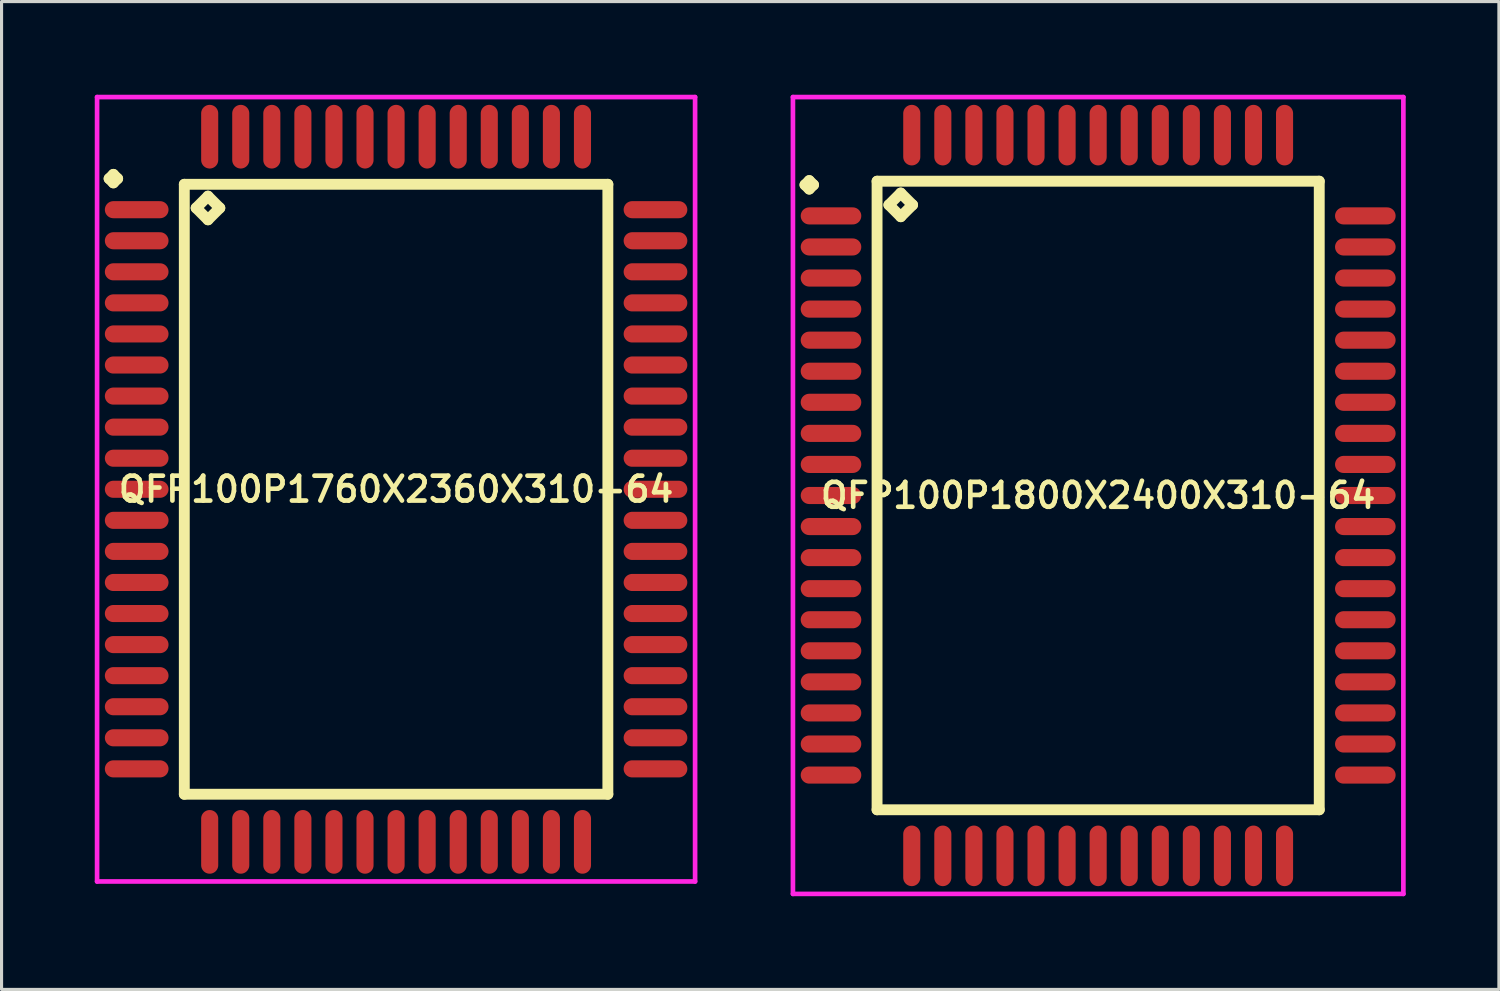
<source format=kicad_pcb>
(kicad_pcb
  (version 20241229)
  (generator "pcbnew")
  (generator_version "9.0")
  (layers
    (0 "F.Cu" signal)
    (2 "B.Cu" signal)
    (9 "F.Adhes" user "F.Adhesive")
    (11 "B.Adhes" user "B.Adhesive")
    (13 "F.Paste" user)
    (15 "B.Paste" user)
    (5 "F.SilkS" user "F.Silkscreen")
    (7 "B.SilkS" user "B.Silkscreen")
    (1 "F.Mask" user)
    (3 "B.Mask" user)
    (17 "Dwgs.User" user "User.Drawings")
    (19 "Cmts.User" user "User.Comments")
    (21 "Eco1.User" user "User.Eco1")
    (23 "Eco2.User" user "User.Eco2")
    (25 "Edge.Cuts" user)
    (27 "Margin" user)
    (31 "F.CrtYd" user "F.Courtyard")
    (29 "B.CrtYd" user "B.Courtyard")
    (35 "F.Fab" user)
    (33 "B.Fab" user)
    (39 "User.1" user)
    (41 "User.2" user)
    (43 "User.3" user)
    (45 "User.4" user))
  (footprint "QFP100P1800X2400X310-64"
    (layer "F.Cu")
    (at 32.3 12.9)
    (property "Reference" "QFP100P1800X2400X310-64" (at 0 0 0) (layer "F.SilkS") (effects (font (size 0.8 0.8) (thickness 0.15))))
    (attr smd)
    (fp_line (start -9.438 -10) (end -9.3 -10.137) (stroke (width 0.35) (type solid)) (layer "F.SilkS"))
    (fp_line (start -9.3 -10.137) (end -9.162 -10) (stroke (width 0.35) (type solid)) (layer "F.SilkS"))
    (fp_line (start -9.3 -9.863) (end -9.438 -10) (stroke (width 0.35) (type solid)) (layer "F.SilkS"))
    (fp_line (start -9.162 -10) (end -9.3 -9.863) (stroke (width 0.35) (type solid)) (layer "F.SilkS"))
    (fp_line (start -7.117 -10.117) (end -7.117 10.117) (stroke (width 0.35) (type solid)) (layer "F.SilkS"))
    (fp_line (start -7.117 10.117) (end 7.117 10.117) (stroke (width 0.35) (type solid)) (layer "F.SilkS"))
    (fp_line (start -6.736 -9.355) (end -6.355 -9.736) (stroke (width 0.35) (type solid)) (layer "F.SilkS"))
    (fp_line (start -6.355 -9.736) (end -5.974 -9.355) (stroke (width 0.35) (type solid)) (layer "F.SilkS"))
    (fp_line (start -6.355 -8.974) (end -6.736 -9.355) (stroke (width 0.35) (type solid)) (layer "F.SilkS"))
    (fp_line (start -5.974 -9.355) (end -6.355 -8.974) (stroke (width 0.35) (type solid)) (layer "F.SilkS"))
    (fp_line (start 7.117 -10.117) (end -7.117 -10.117) (stroke (width 0.35) (type solid)) (layer "F.SilkS"))
    (fp_line (start 7.117 10.117) (end 7.117 -10.117) (stroke (width 0.35) (type solid)) (layer "F.SilkS"))
    (fp_line (start -9.825 -12.825) (end 9.825 -12.825) (stroke (width 0.15) (type solid)) (layer "F.CrtYd"))
    (fp_line (start -9.825 12.825) (end -9.825 -12.825) (stroke (width 0.15) (type solid)) (layer "F.CrtYd"))
    (fp_line (start 9.825 -12.825) (end 9.825 12.825) (stroke (width 0.15) (type solid)) (layer "F.CrtYd"))
    (fp_line (start 9.825 12.825) (end -9.825 12.825) (stroke (width 0.15) (type solid)) (layer "F.CrtYd"))
    (pad "1" smd oval (at -8.6 -9) (size 1.95 0.55) (layers "F.Cu" "F.Mask" "F.Paste"))
    (pad "2" smd oval (at -8.6 -8) (size 1.95 0.55) (layers "F.Cu" "F.Mask" "F.Paste"))
    (pad "3" smd oval (at -8.6 -7) (size 1.95 0.55) (layers "F.Cu" "F.Mask" "F.Paste"))
    (pad "4" smd oval (at -8.6 -6) (size 1.95 0.55) (layers "F.Cu" "F.Mask" "F.Paste"))
    (pad "5" smd oval (at -8.6 -5) (size 1.95 0.55) (layers "F.Cu" "F.Mask" "F.Paste"))
    (pad "6" smd oval (at -8.6 -4) (size 1.95 0.55) (layers "F.Cu" "F.Mask" "F.Paste"))
    (pad "7" smd oval (at -8.6 -3) (size 1.95 0.55) (layers "F.Cu" "F.Mask" "F.Paste"))
    (pad "8" smd oval (at -8.6 -2) (size 1.95 0.55) (layers "F.Cu" "F.Mask" "F.Paste"))
    (pad "9" smd oval (at -8.6 -1) (size 1.95 0.55) (layers "F.Cu" "F.Mask" "F.Paste"))
    (pad "10" smd oval (at -8.6 0) (size 1.95 0.55) (layers "F.Cu" "F.Mask" "F.Paste"))
    (pad "11" smd oval (at -8.6 1) (size 1.95 0.55) (layers "F.Cu" "F.Mask" "F.Paste"))
    (pad "12" smd oval (at -8.6 2) (size 1.95 0.55) (layers "F.Cu" "F.Mask" "F.Paste"))
    (pad "13" smd oval (at -8.6 3) (size 1.95 0.55) (layers "F.Cu" "F.Mask" "F.Paste"))
    (pad "14" smd oval (at -8.6 4) (size 1.95 0.55) (layers "F.Cu" "F.Mask" "F.Paste"))
    (pad "15" smd oval (at -8.6 5) (size 1.95 0.55) (layers "F.Cu" "F.Mask" "F.Paste"))
    (pad "16" smd oval (at -8.6 6) (size 1.95 0.55) (layers "F.Cu" "F.Mask" "F.Paste"))
    (pad "17" smd oval (at -8.6 7) (size 1.95 0.55) (layers "F.Cu" "F.Mask" "F.Paste"))
    (pad "18" smd oval (at -8.6 8) (size 1.95 0.55) (layers "F.Cu" "F.Mask" "F.Paste"))
    (pad "19" smd oval (at -8.6 9) (size 1.95 0.55) (layers "F.Cu" "F.Mask" "F.Paste"))
    (pad "20" smd oval (at -6 11.6) (size 0.55 1.95) (layers "F.Cu" "F.Mask" "F.Paste"))
    (pad "21" smd oval (at -5 11.6) (size 0.55 1.95) (layers "F.Cu" "F.Mask" "F.Paste"))
    (pad "22" smd oval (at -4 11.6) (size 0.55 1.95) (layers "F.Cu" "F.Mask" "F.Paste"))
    (pad "23" smd oval (at -3 11.6) (size 0.55 1.95) (layers "F.Cu" "F.Mask" "F.Paste"))
    (pad "24" smd oval (at -2 11.6) (size 0.55 1.95) (layers "F.Cu" "F.Mask" "F.Paste"))
    (pad "25" smd oval (at -1 11.6) (size 0.55 1.95) (layers "F.Cu" "F.Mask" "F.Paste"))
    (pad "26" smd oval (at 0 11.6) (size 0.55 1.95) (layers "F.Cu" "F.Mask" "F.Paste"))
    (pad "27" smd oval (at 1 11.6) (size 0.55 1.95) (layers "F.Cu" "F.Mask" "F.Paste"))
    (pad "28" smd oval (at 2 11.6) (size 0.55 1.95) (layers "F.Cu" "F.Mask" "F.Paste"))
    (pad "29" smd oval (at 3 11.6) (size 0.55 1.95) (layers "F.Cu" "F.Mask" "F.Paste"))
    (pad "30" smd oval (at 4 11.6) (size 0.55 1.95) (layers "F.Cu" "F.Mask" "F.Paste"))
    (pad "31" smd oval (at 5 11.6) (size 0.55 1.95) (layers "F.Cu" "F.Mask" "F.Paste"))
    (pad "32" smd oval (at 6 11.6) (size 0.55 1.95) (layers "F.Cu" "F.Mask" "F.Paste"))
    (pad "33" smd oval (at 8.6 9) (size 1.95 0.55) (layers "F.Cu" "F.Mask" "F.Paste"))
    (pad "34" smd oval (at 8.6 8) (size 1.95 0.55) (layers "F.Cu" "F.Mask" "F.Paste"))
    (pad "35" smd oval (at 8.6 7) (size 1.95 0.55) (layers "F.Cu" "F.Mask" "F.Paste"))
    (pad "36" smd oval (at 8.6 6) (size 1.95 0.55) (layers "F.Cu" "F.Mask" "F.Paste"))
    (pad "37" smd oval (at 8.6 5) (size 1.95 0.55) (layers "F.Cu" "F.Mask" "F.Paste"))
    (pad "38" smd oval (at 8.6 4) (size 1.95 0.55) (layers "F.Cu" "F.Mask" "F.Paste"))
    (pad "39" smd oval (at 8.6 3) (size 1.95 0.55) (layers "F.Cu" "F.Mask" "F.Paste"))
    (pad "40" smd oval (at 8.6 2) (size 1.95 0.55) (layers "F.Cu" "F.Mask" "F.Paste"))
    (pad "41" smd oval (at 8.6 1) (size 1.95 0.55) (layers "F.Cu" "F.Mask" "F.Paste"))
    (pad "42" smd oval (at 8.6 0) (size 1.95 0.55) (layers "F.Cu" "F.Mask" "F.Paste"))
    (pad "43" smd oval (at 8.6 -1) (size 1.95 0.55) (layers "F.Cu" "F.Mask" "F.Paste"))
    (pad "44" smd oval (at 8.6 -2) (size 1.95 0.55) (layers "F.Cu" "F.Mask" "F.Paste"))
    (pad "45" smd oval (at 8.6 -3) (size 1.95 0.55) (layers "F.Cu" "F.Mask" "F.Paste"))
    (pad "46" smd oval (at 8.6 -4) (size 1.95 0.55) (layers "F.Cu" "F.Mask" "F.Paste"))
    (pad "47" smd oval (at 8.6 -5) (size 1.95 0.55) (layers "F.Cu" "F.Mask" "F.Paste"))
    (pad "48" smd oval (at 8.6 -6) (size 1.95 0.55) (layers "F.Cu" "F.Mask" "F.Paste"))
    (pad "49" smd oval (at 8.6 -7) (size 1.95 0.55) (layers "F.Cu" "F.Mask" "F.Paste"))
    (pad "50" smd oval (at 8.6 -8) (size 1.95 0.55) (layers "F.Cu" "F.Mask" "F.Paste"))
    (pad "51" smd oval (at 8.6 -9) (size 1.95 0.55) (layers "F.Cu" "F.Mask" "F.Paste"))
    (pad "52" smd oval (at 6 -11.6) (size 0.55 1.95) (layers "F.Cu" "F.Mask" "F.Paste"))
    (pad "53" smd oval (at 5 -11.6) (size 0.55 1.95) (layers "F.Cu" "F.Mask" "F.Paste"))
    (pad "54" smd oval (at 4 -11.6) (size 0.55 1.95) (layers "F.Cu" "F.Mask" "F.Paste"))
    (pad "55" smd oval (at 3 -11.6) (size 0.55 1.95) (layers "F.Cu" "F.Mask" "F.Paste"))
    (pad "56" smd oval (at 2 -11.6) (size 0.55 1.95) (layers "F.Cu" "F.Mask" "F.Paste"))
    (pad "57" smd oval (at 1 -11.6) (size 0.55 1.95) (layers "F.Cu" "F.Mask" "F.Paste"))
    (pad "58" smd oval (at 0 -11.6) (size 0.55 1.95) (layers "F.Cu" "F.Mask" "F.Paste"))
    (pad "59" smd oval (at -1 -11.6) (size 0.55 1.95) (layers "F.Cu" "F.Mask" "F.Paste"))
    (pad "60" smd oval (at -2 -11.6) (size 0.55 1.95) (layers "F.Cu" "F.Mask" "F.Paste"))
    (pad "61" smd oval (at -3 -11.6) (size 0.55 1.95) (layers "F.Cu" "F.Mask" "F.Paste"))
    (pad "62" smd oval (at -4 -11.6) (size 0.55 1.95) (layers "F.Cu" "F.Mask" "F.Paste"))
    (pad "63" smd oval (at -5 -11.6) (size 0.55 1.95) (layers "F.Cu" "F.Mask" "F.Paste"))
    (pad "64" smd oval (at -6 -11.6) (size 0.55 1.95) (layers "F.Cu" "F.Mask" "F.Paste")))
  (footprint "QFP100P1760X2360X310-64"
    (layer "F.Cu")
    (at 9.7 12.7)
    (property "Reference" "QFP100P1760X2360X310-64" (at 0 0 0) (layer "F.SilkS") (effects (font (size 0.8 0.8) (thickness 0.15))))
    (attr through_hole)
    (fp_line (start -9.238 -10) (end -9.1 -10.137) (stroke (width 0.35) (type solid)) (layer "F.SilkS"))
    (fp_line (start -9.1 -10.137) (end -8.963 -10) (stroke (width 0.35) (type solid)) (layer "F.SilkS"))
    (fp_line (start -9.1 -9.863) (end -9.238 -10) (stroke (width 0.35) (type solid)) (layer "F.SilkS"))
    (fp_line (start -8.963 -10) (end -9.1 -9.863) (stroke (width 0.35) (type solid)) (layer "F.SilkS"))
    (fp_line (start -6.817 -9.817) (end -6.817 9.817) (stroke (width 0.35) (type solid)) (layer "F.SilkS"))
    (fp_line (start -6.817 9.817) (end 6.817 9.817) (stroke (width 0.35) (type solid)) (layer "F.SilkS"))
    (fp_line (start -6.436 -9.055) (end -6.055 -9.436) (stroke (width 0.35) (type solid)) (layer "F.SilkS"))
    (fp_line (start -6.055 -9.436) (end -5.674 -9.055) (stroke (width 0.35) (type solid)) (layer "F.SilkS"))
    (fp_line (start -6.055 -8.674) (end -6.436 -9.055) (stroke (width 0.35) (type solid)) (layer "F.SilkS"))
    (fp_line (start -5.674 -9.055) (end -6.055 -8.674) (stroke (width 0.35) (type solid)) (layer "F.SilkS"))
    (fp_line (start 6.817 -9.817) (end -6.817 -9.817) (stroke (width 0.35) (type solid)) (layer "F.SilkS"))
    (fp_line (start 6.817 9.817) (end 6.817 -9.817) (stroke (width 0.35) (type solid)) (layer "F.SilkS"))
    (fp_line (start -9.625 -12.625) (end 9.625 -12.625) (stroke (width 0.15) (type solid)) (layer "F.CrtYd"))
    (fp_line (start -9.625 12.625) (end -9.625 -12.625) (stroke (width 0.15) (type solid)) (layer "F.CrtYd"))
    (fp_line (start 9.625 -12.625) (end 9.625 12.625) (stroke (width 0.15) (type solid)) (layer "F.CrtYd"))
    (fp_line (start 9.625 12.625) (end -9.625 12.625) (stroke (width 0.15) (type solid)) (layer "F.CrtYd"))
    (pad "1" smd oval (at -8.35 -9) (size 2.05 0.55) (layers "F.Cu" "F.Mask" "F.Paste"))
    (pad "2" smd oval (at -8.35 -8) (size 2.05 0.55) (layers "F.Cu" "F.Mask" "F.Paste"))
    (pad "3" smd oval (at -8.35 -7) (size 2.05 0.55) (layers "F.Cu" "F.Mask" "F.Paste"))
    (pad "4" smd oval (at -8.35 -6) (size 2.05 0.55) (layers "F.Cu" "F.Mask" "F.Paste"))
    (pad "5" smd oval (at -8.35 -5) (size 2.05 0.55) (layers "F.Cu" "F.Mask" "F.Paste"))
    (pad "6" smd oval (at -8.35 -4) (size 2.05 0.55) (layers "F.Cu" "F.Mask" "F.Paste"))
    (pad "7" smd oval (at -8.35 -3) (size 2.05 0.55) (layers "F.Cu" "F.Mask" "F.Paste"))
    (pad "8" smd oval (at -8.35 -2) (size 2.05 0.55) (layers "F.Cu" "F.Mask" "F.Paste"))
    (pad "9" smd oval (at -8.35 -1) (size 2.05 0.55) (layers "F.Cu" "F.Mask" "F.Paste"))
    (pad "10" smd oval (at -8.35 0) (size 2.05 0.55) (layers "F.Cu" "F.Mask" "F.Paste"))
    (pad "11" smd oval (at -8.35 1) (size 2.05 0.55) (layers "F.Cu" "F.Mask" "F.Paste"))
    (pad "12" smd oval (at -8.35 2) (size 2.05 0.55) (layers "F.Cu" "F.Mask" "F.Paste"))
    (pad "13" smd oval (at -8.35 3) (size 2.05 0.55) (layers "F.Cu" "F.Mask" "F.Paste"))
    (pad "14" smd oval (at -8.35 4) (size 2.05 0.55) (layers "F.Cu" "F.Mask" "F.Paste"))
    (pad "15" smd oval (at -8.35 5) (size 2.05 0.55) (layers "F.Cu" "F.Mask" "F.Paste"))
    (pad "16" smd oval (at -8.35 6) (size 2.05 0.55) (layers "F.Cu" "F.Mask" "F.Paste"))
    (pad "17" smd oval (at -8.35 7) (size 2.05 0.55) (layers "F.Cu" "F.Mask" "F.Paste"))
    (pad "18" smd oval (at -8.35 8) (size 2.05 0.55) (layers "F.Cu" "F.Mask" "F.Paste"))
    (pad "19" smd oval (at -8.35 9) (size 2.05 0.55) (layers "F.Cu" "F.Mask" "F.Paste"))
    (pad "20" smd oval (at -6 11.35) (size 0.55 2.05) (layers "F.Cu" "F.Mask" "F.Paste"))
    (pad "21" smd oval (at -5 11.35) (size 0.55 2.05) (layers "F.Cu" "F.Mask" "F.Paste"))
    (pad "22" smd oval (at -4 11.35) (size 0.55 2.05) (layers "F.Cu" "F.Mask" "F.Paste"))
    (pad "23" smd oval (at -3 11.35) (size 0.55 2.05) (layers "F.Cu" "F.Mask" "F.Paste"))
    (pad "24" smd oval (at -2 11.35) (size 0.55 2.05) (layers "F.Cu" "F.Mask" "F.Paste"))
    (pad "25" smd oval (at -1 11.35) (size 0.55 2.05) (layers "F.Cu" "F.Mask" "F.Paste"))
    (pad "26" smd oval (at 0 11.35) (size 0.55 2.05) (layers "F.Cu" "F.Mask" "F.Paste"))
    (pad "27" smd oval (at 1 11.35) (size 0.55 2.05) (layers "F.Cu" "F.Mask" "F.Paste"))
    (pad "28" smd oval (at 2 11.35) (size 0.55 2.05) (layers "F.Cu" "F.Mask" "F.Paste"))
    (pad "29" smd oval (at 3 11.35) (size 0.55 2.05) (layers "F.Cu" "F.Mask" "F.Paste"))
    (pad "30" smd oval (at 4 11.35) (size 0.55 2.05) (layers "F.Cu" "F.Mask" "F.Paste"))
    (pad "31" smd oval (at 5 11.35) (size 0.55 2.05) (layers "F.Cu" "F.Mask" "F.Paste"))
    (pad "32" smd oval (at 6 11.35) (size 0.55 2.05) (layers "F.Cu" "F.Mask" "F.Paste"))
    (pad "33" smd oval (at 8.35 9) (size 2.05 0.55) (layers "F.Cu" "F.Mask" "F.Paste"))
    (pad "34" smd oval (at 8.35 8) (size 2.05 0.55) (layers "F.Cu" "F.Mask" "F.Paste"))
    (pad "35" smd oval (at 8.35 7) (size 2.05 0.55) (layers "F.Cu" "F.Mask" "F.Paste"))
    (pad "36" smd oval (at 8.35 6) (size 2.05 0.55) (layers "F.Cu" "F.Mask" "F.Paste"))
    (pad "37" smd oval (at 8.35 5) (size 2.05 0.55) (layers "F.Cu" "F.Mask" "F.Paste"))
    (pad "38" smd oval (at 8.35 4) (size 2.05 0.55) (layers "F.Cu" "F.Mask" "F.Paste"))
    (pad "39" smd oval (at 8.35 3) (size 2.05 0.55) (layers "F.Cu" "F.Mask" "F.Paste"))
    (pad "40" smd oval (at 8.35 2) (size 2.05 0.55) (layers "F.Cu" "F.Mask" "F.Paste"))
    (pad "41" smd oval (at 8.35 1) (size 2.05 0.55) (layers "F.Cu" "F.Mask" "F.Paste"))
    (pad "42" smd oval (at 8.35 0) (size 2.05 0.55) (layers "F.Cu" "F.Mask" "F.Paste"))
    (pad "43" smd oval (at 8.35 -1) (size 2.05 0.55) (layers "F.Cu" "F.Mask" "F.Paste"))
    (pad "44" smd oval (at 8.35 -2) (size 2.05 0.55) (layers "F.Cu" "F.Mask" "F.Paste"))
    (pad "45" smd oval (at 8.35 -3) (size 2.05 0.55) (layers "F.Cu" "F.Mask" "F.Paste"))
    (pad "46" smd oval (at 8.35 -4) (size 2.05 0.55) (layers "F.Cu" "F.Mask" "F.Paste"))
    (pad "47" smd oval (at 8.35 -5) (size 2.05 0.55) (layers "F.Cu" "F.Mask" "F.Paste"))
    (pad "48" smd oval (at 8.35 -6) (size 2.05 0.55) (layers "F.Cu" "F.Mask" "F.Paste"))
    (pad "49" smd oval (at 8.35 -7) (size 2.05 0.55) (layers "F.Cu" "F.Mask" "F.Paste"))
    (pad "50" smd oval (at 8.35 -8) (size 2.05 0.55) (layers "F.Cu" "F.Mask" "F.Paste"))
    (pad "51" smd oval (at 8.35 -9) (size 2.05 0.55) (layers "F.Cu" "F.Mask" "F.Paste"))
    (pad "52" smd oval (at 6 -11.35) (size 0.55 2.05) (layers "F.Cu" "F.Mask" "F.Paste"))
    (pad "53" smd oval (at 5 -11.35) (size 0.55 2.05) (layers "F.Cu" "F.Mask" "F.Paste"))
    (pad "54" smd oval (at 4 -11.35) (size 0.55 2.05) (layers "F.Cu" "F.Mask" "F.Paste"))
    (pad "55" smd oval (at 3 -11.35) (size 0.55 2.05) (layers "F.Cu" "F.Mask" "F.Paste"))
    (pad "56" smd oval (at 2 -11.35) (size 0.55 2.05) (layers "F.Cu" "F.Mask" "F.Paste"))
    (pad "57" smd oval (at 1 -11.35) (size 0.55 2.05) (layers "F.Cu" "F.Mask" "F.Paste"))
    (pad "58" smd oval (at 0 -11.35) (size 0.55 2.05) (layers "F.Cu" "F.Mask" "F.Paste"))
    (pad "59" smd oval (at -1 -11.35) (size 0.55 2.05) (layers "F.Cu" "F.Mask" "F.Paste"))
    (pad "60" smd oval (at -2 -11.35) (size 0.55 2.05) (layers "F.Cu" "F.Mask" "F.Paste"))
    (pad "61" smd oval (at -3 -11.35) (size 0.55 2.05) (layers "F.Cu" "F.Mask" "F.Paste"))
    (pad "62" smd oval (at -4 -11.35) (size 0.55 2.05) (layers "F.Cu" "F.Mask" "F.Paste"))
    (pad "63" smd oval (at -5 -11.35) (size 0.55 2.05) (layers "F.Cu" "F.Mask" "F.Paste"))
    (pad "64" smd oval (at -6 -11.35) (size 0.55 2.05) (layers "F.Cu" "F.Mask" "F.Paste")))
  (gr_rect
    (start -3 -3)
    (end 45.2 28.8)
    (stroke (width 0.1) (type default))
    (fill no)
    (layer "Edge.Cuts")))
</source>
